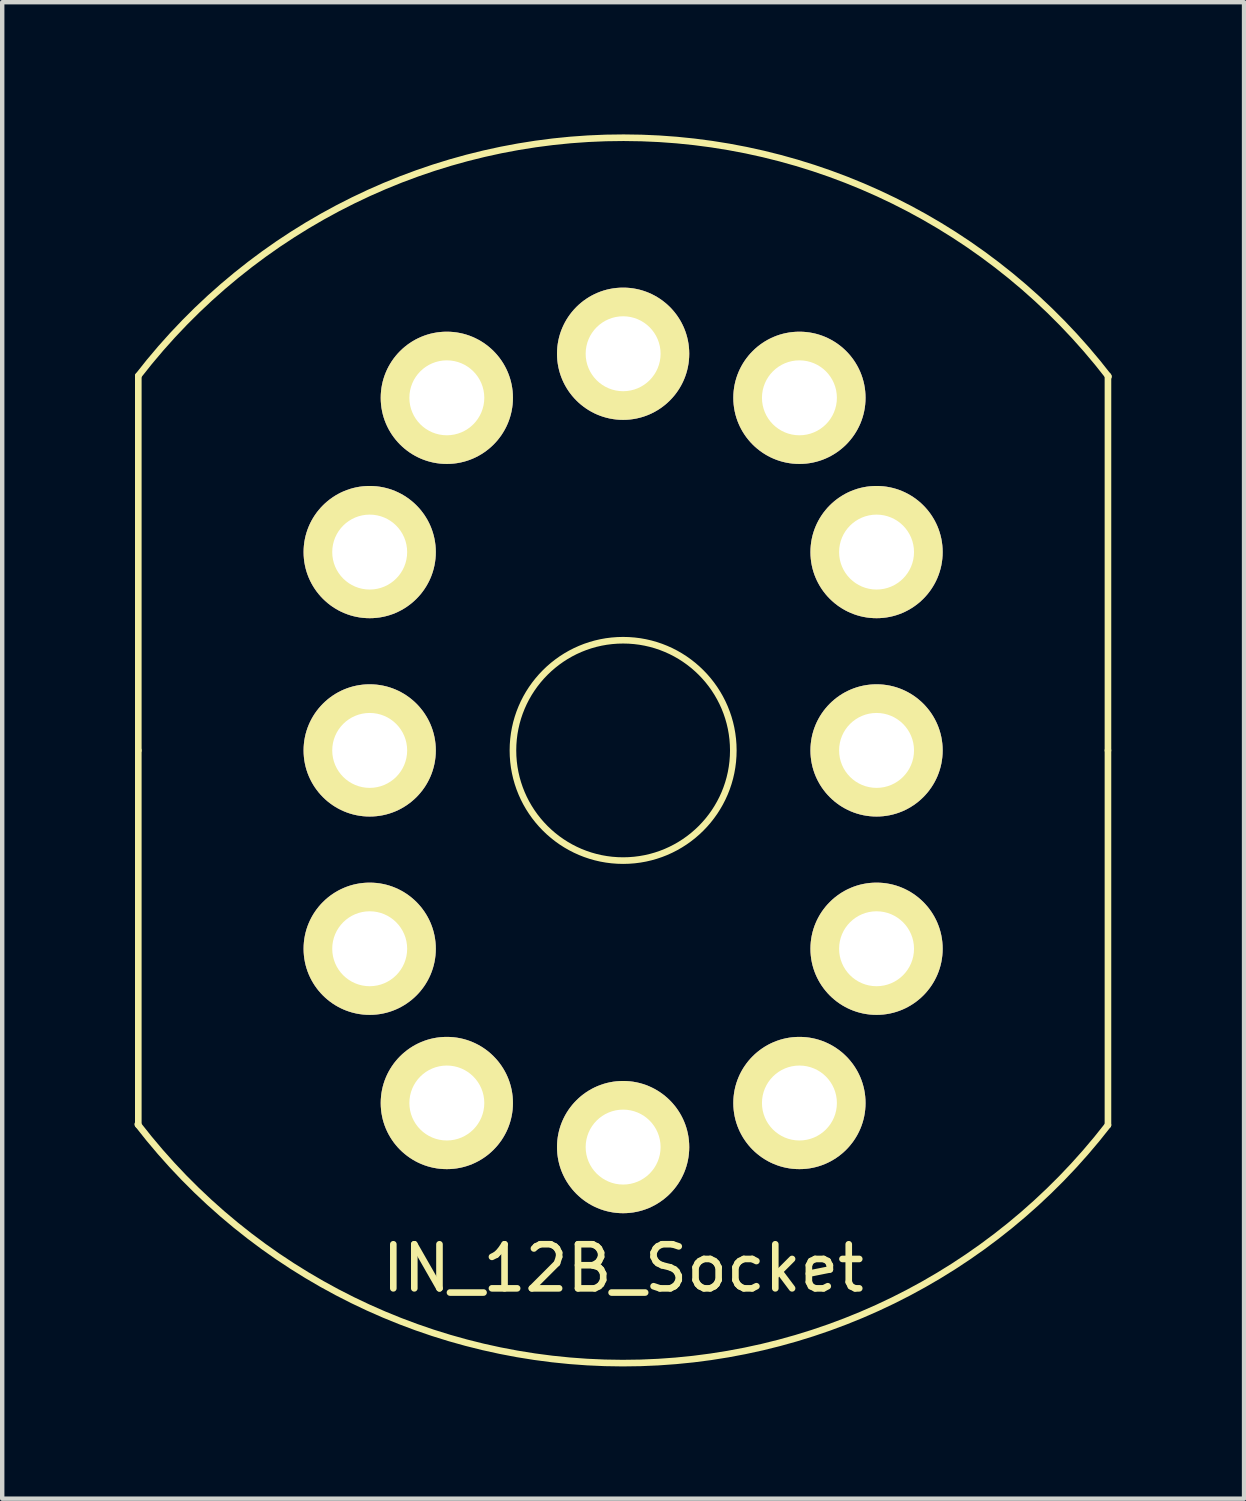
<source format=kicad_pcb>
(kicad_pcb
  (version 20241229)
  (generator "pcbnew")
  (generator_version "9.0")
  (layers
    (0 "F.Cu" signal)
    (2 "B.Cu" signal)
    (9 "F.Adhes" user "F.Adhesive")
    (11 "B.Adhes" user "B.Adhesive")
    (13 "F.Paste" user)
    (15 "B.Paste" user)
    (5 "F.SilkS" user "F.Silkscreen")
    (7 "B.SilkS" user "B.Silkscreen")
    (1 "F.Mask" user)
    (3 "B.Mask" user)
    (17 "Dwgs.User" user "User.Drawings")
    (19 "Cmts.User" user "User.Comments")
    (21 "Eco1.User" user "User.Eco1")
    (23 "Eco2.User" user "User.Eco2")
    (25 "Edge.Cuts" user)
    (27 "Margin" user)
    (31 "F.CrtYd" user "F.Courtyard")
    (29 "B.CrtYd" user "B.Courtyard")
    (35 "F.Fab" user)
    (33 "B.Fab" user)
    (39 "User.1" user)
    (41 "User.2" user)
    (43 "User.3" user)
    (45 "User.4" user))
  (footprint "IN_12B_Socket"
    (layer "F.Cu")
    (at 11.088 13.976)
    (property "Reference" "IN_12B_Socket" (at 0 11.75 0) (layer "F.SilkS") (effects (font (size 1 1) (thickness 0.15))))
    (attr through_hole)
    (fp_line (start -11 0) (end -11 -8.5) (stroke (width 0.15) (type solid)) (layer "F.SilkS"))
    (fp_line (start -11 0) (end -11 8.5) (stroke (width 0.15) (type solid)) (layer "F.SilkS"))
    (fp_line (start 11 0) (end 11 -8.5) (stroke (width 0.15) (type solid)) (layer "F.SilkS"))
    (fp_line (start 11 0) (end 11 8.5) (stroke (width 0.15) (type solid)) (layer "F.SilkS"))
    (fp_arc (start -11 -8.5) (mid 0.010734 -13.901435) (end 11.013113 -8.483003) (stroke (width 0.15) (type solid)) (layer "F.SilkS"))
    (fp_arc (start 11 8.5) (mid -0.010734 13.901435) (end -11.013113 8.483003) (stroke (width 0.15) (type solid)) (layer "F.SilkS"))
    (fp_circle (center 0 0) (end 2.5 0) (stroke (width 0.15) (type solid)) (fill no) (layer "F.SilkS"))
    (pad "1" thru_hole oval (at 4 8 180) (size 3 3) (drill 1.7) (layers "*.Cu" "*.Mask" "F.SilkS"))
    (pad "2" thru_hole oval (at 5.75 4.5 180) (size 3 3) (drill 1.7) (layers "*.Cu" "*.Mask" "F.SilkS"))
    (pad "3" thru_hole oval (at 5.75 0 180) (size 3 3) (drill 1.7) (layers "*.Cu" "*.Mask" "F.SilkS"))
    (pad "4" thru_hole oval (at 5.75 -4.5 180) (size 3 3) (drill 1.7) (layers "*.Cu" "*.Mask" "F.SilkS"))
    (pad "5" thru_hole oval (at 4 -8 180) (size 3 3) (drill 1.7) (layers "*.Cu" "*.Mask" "F.SilkS"))
    (pad "6" thru_hole oval (at 0 -9 180) (size 3 3) (drill 1.7) (layers "*.Cu" "*.Mask" "F.SilkS"))
    (pad "7" thru_hole oval (at -4 -8 180) (size 3 3) (drill 1.7) (layers "*.Cu" "*.Mask" "F.SilkS"))
    (pad "8" thru_hole oval (at -5.75 -4.5 180) (size 3 3) (drill 1.7) (layers "*.Cu" "*.Mask" "F.SilkS"))
    (pad "9" thru_hole oval (at -5.75 0 180) (size 3 3) (drill 1.7) (layers "*.Cu" "*.Mask" "F.SilkS"))
    (pad "10" thru_hole oval (at -5.75 4.5 180) (size 3 3) (drill 1.7) (layers "*.Cu" "*.Mask" "F.SilkS"))
    (pad "11" thru_hole oval (at -4 8 180) (size 3 3) (drill 1.7) (layers "*.Cu" "*.Mask" "F.SilkS"))
    (pad "12" thru_hole oval (at 0 9 180) (size 3 3) (drill 1.7) (layers "*.Cu" "*.Mask" "F.SilkS")))
  (gr_rect
    (start -3 -3)
    (end 25.176 30.953)
    (stroke (width 0.1) (type default))
    (fill no)
    (layer "Edge.Cuts")))
</source>
